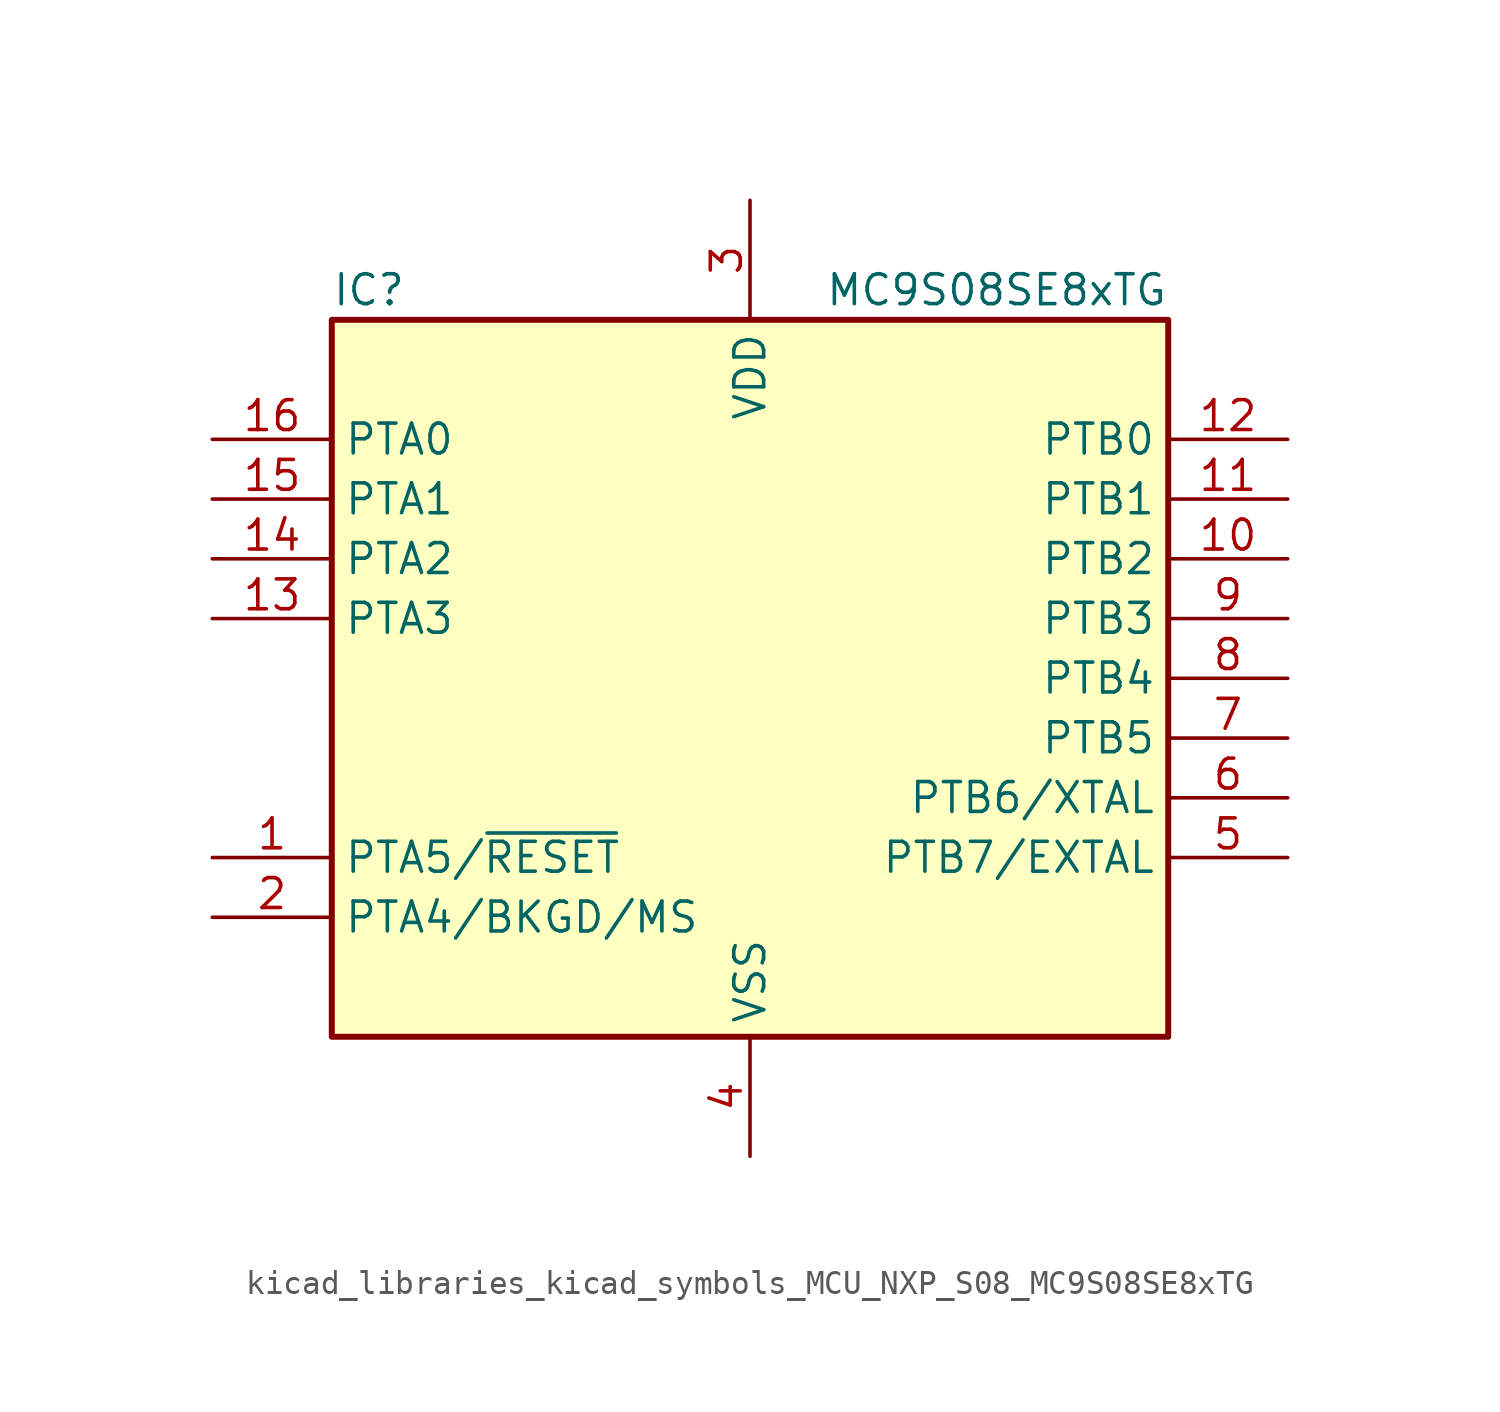
<source format=kicad_sym>
(kicad_symbol_lib
  (version 20220914)
  (generator kicad_symbol_editor)
  (symbol "kicad_libraries_kicad_symbols_MCU_NXP_S08_MC9S08SE8xTG"
    (property "Reference" "IC"
      (at -17.78 16.51 0)
      (effects (font (size 1.27 1.27)) (justify left)))
    (property "Value" "MC9S08SE8xTG"
      (at 17.78 16.51 0)
      (effects (font (size 1.27 1.27)) (justify right)))
    (symbol "kicad_libraries_kicad_symbols_MCU_NXP_S08_MC9S08SE8xTG_0_1"
      (rectangle (start -17.78 15.24) (end 17.78 -15.24) (stroke (width 0.254) (type default)) (fill (type background))))
    (symbol "kicad_libraries_kicad_symbols_MCU_NXP_S08_MC9S08SE8xTG_1_1"
      (pin bidirectional line (at -22.86 -7.62 0) (length 5.08) (name "PTA5/~{RESET}" (effects (font (size 1.27 1.27)))) (number "1" (effects (font (size 1.27 1.27)))))
      (pin bidirectional line (at 22.86 5.08 180) (length 5.08) (name "PTB2" (effects (font (size 1.27 1.27)))) (number "10" (effects (font (size 1.27 1.27)))))
      (pin bidirectional line (at 22.86 7.62 180) (length 5.08) (name "PTB1" (effects (font (size 1.27 1.27)))) (number "11" (effects (font (size 1.27 1.27)))))
      (pin bidirectional line (at 22.86 10.16 180) (length 5.08) (name "PTB0" (effects (font (size 1.27 1.27)))) (number "12" (effects (font (size 1.27 1.27)))))
      (pin bidirectional line (at -22.86 2.54 0) (length 5.08) (name "PTA3" (effects (font (size 1.27 1.27)))) (number "13" (effects (font (size 1.27 1.27)))))
      (pin bidirectional line (at -22.86 5.08 0) (length 5.08) (name "PTA2" (effects (font (size 1.27 1.27)))) (number "14" (effects (font (size 1.27 1.27)))))
      (pin bidirectional line (at -22.86 7.62 0) (length 5.08) (name "PTA1" (effects (font (size 1.27 1.27)))) (number "15" (effects (font (size 1.27 1.27)))))
      (pin bidirectional line (at -22.86 10.16 0) (length 5.08) (name "PTA0" (effects (font (size 1.27 1.27)))) (number "16" (effects (font (size 1.27 1.27)))))
      (pin bidirectional line (at -22.86 -10.16 0) (length 5.08) (name "PTA4/BKGD/MS" (effects (font (size 1.27 1.27)))) (number "2" (effects (font (size 1.27 1.27)))))
      (pin power_in line (at 0 20.32 270) (length 5.08) (name "VDD" (effects (font (size 1.27 1.27)))) (number "3" (effects (font (size 1.27 1.27)))))
      (pin power_in line (at 0 -20.32 90) (length 5.08) (name "VSS" (effects (font (size 1.27 1.27)))) (number "4" (effects (font (size 1.27 1.27)))))
      (pin bidirectional line (at 22.86 -7.62 180) (length 5.08) (name "PTB7/EXTAL" (effects (font (size 1.27 1.27)))) (number "5" (effects (font (size 1.27 1.27)))))
      (pin bidirectional line (at 22.86 -5.08 180) (length 5.08) (name "PTB6/XTAL" (effects (font (size 1.27 1.27)))) (number "6" (effects (font (size 1.27 1.27)))))
      (pin bidirectional line (at 22.86 -2.54 180) (length 5.08) (name "PTB5" (effects (font (size 1.27 1.27)))) (number "7" (effects (font (size 1.27 1.27)))))
      (pin bidirectional line (at 22.86 0 180) (length 5.08) (name "PTB4" (effects (font (size 1.27 1.27)))) (number "8" (effects (font (size 1.27 1.27)))))
      (pin bidirectional line (at 22.86 2.54 180) (length 5.08) (name "PTB3" (effects (font (size 1.27 1.27)))) (number "9" (effects (font (size 1.27 1.27))))))))
</source>
